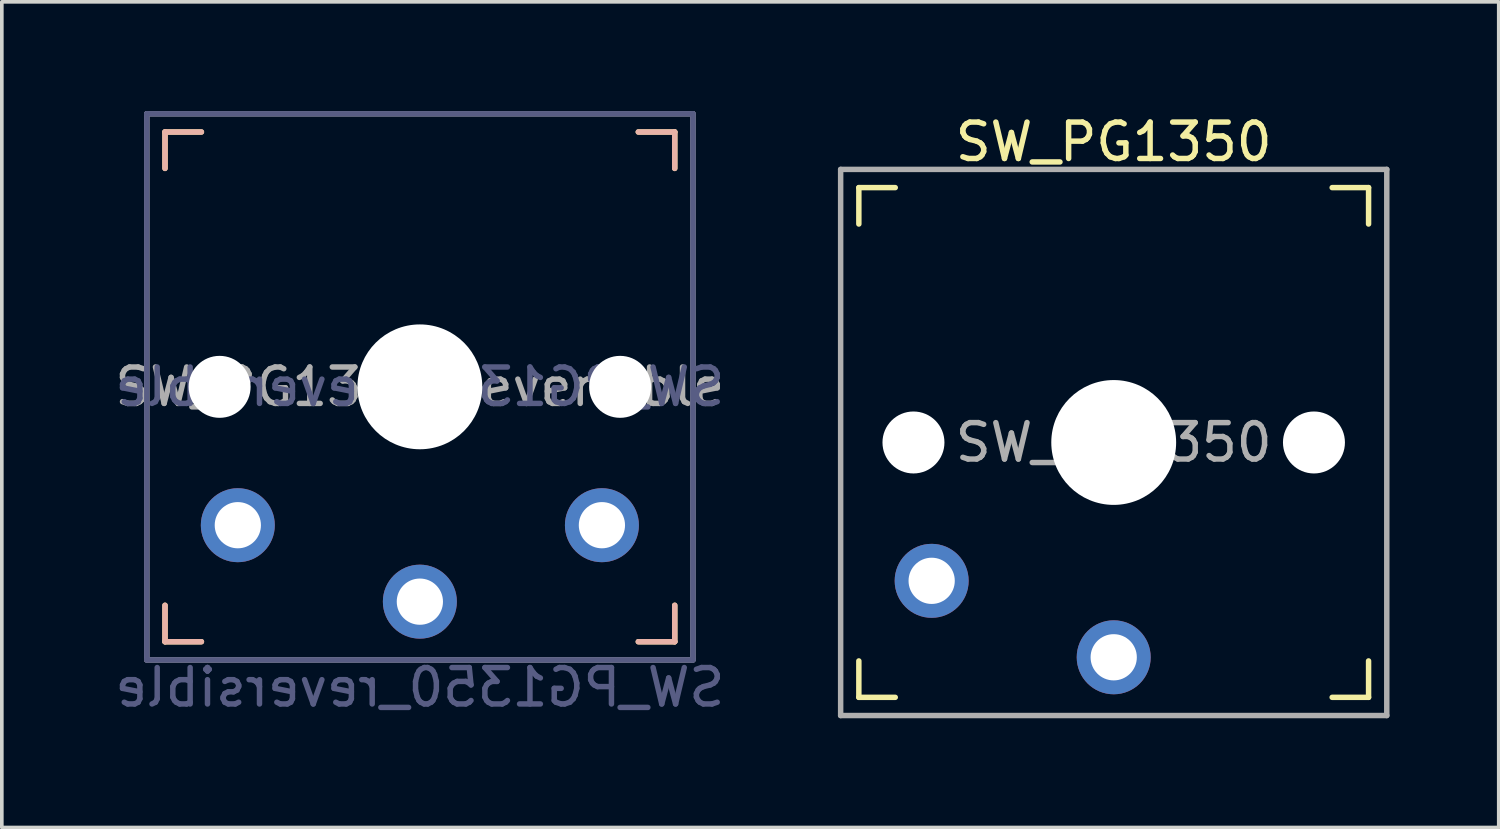
<source format=kicad_pcb>
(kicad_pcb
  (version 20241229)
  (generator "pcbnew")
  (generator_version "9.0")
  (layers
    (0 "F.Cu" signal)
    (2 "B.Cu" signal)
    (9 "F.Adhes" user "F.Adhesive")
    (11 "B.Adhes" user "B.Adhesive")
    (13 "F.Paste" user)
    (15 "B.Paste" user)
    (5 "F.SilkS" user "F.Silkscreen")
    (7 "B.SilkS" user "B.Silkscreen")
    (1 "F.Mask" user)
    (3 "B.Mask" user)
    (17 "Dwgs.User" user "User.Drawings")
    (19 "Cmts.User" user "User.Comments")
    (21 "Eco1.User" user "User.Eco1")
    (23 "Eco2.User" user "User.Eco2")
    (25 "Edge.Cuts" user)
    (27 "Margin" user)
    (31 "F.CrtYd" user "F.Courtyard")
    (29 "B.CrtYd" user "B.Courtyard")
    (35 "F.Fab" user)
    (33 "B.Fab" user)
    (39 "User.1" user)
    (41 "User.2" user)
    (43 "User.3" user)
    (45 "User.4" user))
  (footprint "SW_PG1350_reversible"
    (layer "F.Cu")
    (at 8.482 7.575)
    (property "Reference" "SW_PG1350_reversible" (at 0 -8.255 0) (layer "User.6") (effects (font (size 1 1) (thickness 0.15))))
    (property "Value" "SW_PG1350_reversible" (at 0 8.255 0) (layer "F.Fab") (hide yes) (effects (font (size 1 1) (thickness 0.15))))
    (attr through_hole)
    (fp_line (start -7 -7) (end -6 -7) (stroke (width 0.15) (type solid)) (layer "F.SilkS"))
    (fp_line (start -7 -6) (end -7 -7) (stroke (width 0.15) (type solid)) (layer "F.SilkS"))
    (fp_line (start -7 7) (end -7 6) (stroke (width 0.15) (type solid)) (layer "F.SilkS"))
    (fp_line (start -6 7) (end -7 7) (stroke (width 0.15) (type solid)) (layer "F.SilkS"))
    (fp_line (start 6 -7) (end 7 -7) (stroke (width 0.15) (type solid)) (layer "F.SilkS"))
    (fp_line (start 7 -7) (end 7 -6) (stroke (width 0.15) (type solid)) (layer "F.SilkS"))
    (fp_line (start 7 6) (end 7 7) (stroke (width 0.15) (type solid)) (layer "F.SilkS"))
    (fp_line (start 7 7) (end 6 7) (stroke (width 0.15) (type solid)) (layer "F.SilkS"))
    (fp_line (start -7 -7) (end -6 -7) (stroke (width 0.15) (type solid)) (layer "B.SilkS"))
    (fp_line (start -7 -6) (end -7 -7) (stroke (width 0.15) (type solid)) (layer "B.SilkS"))
    (fp_line (start -7 7) (end -7 6) (stroke (width 0.15) (type solid)) (layer "B.SilkS"))
    (fp_line (start -6 7) (end -7 7) (stroke (width 0.15) (type solid)) (layer "B.SilkS"))
    (fp_line (start 6 -7) (end 7 -7) (stroke (width 0.15) (type solid)) (layer "B.SilkS"))
    (fp_line (start 7 -7) (end 7 -6) (stroke (width 0.15) (type solid)) (layer "B.SilkS"))
    (fp_line (start 7 6) (end 7 7) (stroke (width 0.15) (type solid)) (layer "B.SilkS"))
    (fp_line (start 7 7) (end 6 7) (stroke (width 0.15) (type solid)) (layer "B.SilkS"))
    (fp_line (start -6.9 6.9) (end -6.9 -6.9) (stroke (width 0.15) (type solid)) (layer "Eco2.User"))
    (fp_line (start -6.9 6.9) (end 6.9 6.9) (stroke (width 0.15) (type solid)) (layer "Eco2.User"))
    (fp_line (start -2.6 -3.1) (end -2.6 -6.3) (stroke (width 0.15) (type solid)) (layer "Eco2.User"))
    (fp_line (start -2.6 -3.1) (end 2.6 -3.1) (stroke (width 0.15) (type solid)) (layer "Eco2.User"))
    (fp_line (start 2.6 -6.3) (end -2.6 -6.3) (stroke (width 0.15) (type solid)) (layer "Eco2.User"))
    (fp_line (start 2.6 -3.1) (end 2.6 -6.3) (stroke (width 0.15) (type solid)) (layer "Eco2.User"))
    (fp_line (start 6.9 -6.9) (end -6.9 -6.9) (stroke (width 0.15) (type solid)) (layer "Eco2.User"))
    (fp_line (start 6.9 -6.9) (end 6.9 6.9) (stroke (width 0.15) (type solid)) (layer "Eco2.User"))
    (fp_line (start -7.5 -7.5) (end 7.5 -7.5) (stroke (width 0.15) (type solid)) (layer "B.Fab"))
    (fp_line (start -7.5 7.5) (end -7.5 -7.5) (stroke (width 0.15) (type solid)) (layer "B.Fab"))
    (fp_line (start 7.5 -7.5) (end 7.5 7.5) (stroke (width 0.15) (type solid)) (layer "B.Fab"))
    (fp_line (start 7.5 7.5) (end -7.5 7.5) (stroke (width 0.15) (type solid)) (layer "B.Fab"))
    (fp_line (start -7.5 -7.5) (end 7.5 -7.5) (stroke (width 0.15) (type solid)) (layer "F.Fab"))
    (fp_line (start -7.5 7.5) (end -7.5 -7.5) (stroke (width 0.15) (type solid)) (layer "F.Fab"))
    (fp_line (start 7.5 -7.5) (end 7.5 7.5) (stroke (width 0.15) (type solid)) (layer "F.Fab"))
    (fp_line (start 7.5 7.5) (end -7.5 7.5) (stroke (width 0.15) (type solid)) (layer "F.Fab"))
    (fp_text user "${VALUE}" (at 0 8.255 0) (layer "B.Fab") (effects (font (size 1 1) (thickness 0.15)) (justify mirror)))
    (fp_text user "${REFERENCE}" (at 0 0 0) (layer "B.Fab") (effects (font (size 1 1) (thickness 0.15)) (justify mirror)))
    (fp_text user "${REFERENCE}" (at 0 0 0) (layer "F.Fab") (effects (font (size 1 1) (thickness 0.15))))
    (pad "" np_thru_hole circle (at -5.5 0) (size 1.702 1.702) (drill 1.702) (layers "*.Cu" "*.Mask"))
    (pad "" np_thru_hole circle (at 0 0) (size 3.429 3.429) (drill 3.429) (layers "*.Cu" "*.Mask"))
    (pad "" np_thru_hole circle (at 5.5 0) (size 1.702 1.702) (drill 1.702) (layers "*.Cu" "*.Mask"))
    (pad "1" thru_hole circle (at 0 5.9) (size 2.032 2.032) (drill 1.27) (layers "*.Cu" "*.Mask"))
    (pad "2" thru_hole circle (at -5 3.8) (size 2.032 2.032) (drill 1.27) (layers "*.Cu" "*.Mask"))
    (pad "2" thru_hole circle (at 5 3.8) (size 2.032 2.032) (drill 1.27) (layers "*.Cu" "*.Mask")))
  (footprint "SW_PG1350"
    (layer "F.Cu")
    (at 27.539 9.103)
    (property "Reference" "SW_PG1350" (at 0 -8.255 0) (layer "F.SilkS") (effects (font (size 1 1) (thickness 0.15))))
    (attr through_hole)
    (fp_line (start -7 -6) (end -7 -7) (stroke (width 0.15) (type solid)) (layer "F.SilkS"))
    (fp_line (start -7 7) (end -7 6) (stroke (width 0.15) (type solid)) (layer "F.SilkS"))
    (fp_line (start -7 7) (end -6 7) (stroke (width 0.15) (type solid)) (layer "F.SilkS"))
    (fp_line (start -6 -7) (end -7 -7) (stroke (width 0.15) (type solid)) (layer "F.SilkS"))
    (fp_line (start 6 7) (end 7 7) (stroke (width 0.15) (type solid)) (layer "F.SilkS"))
    (fp_line (start 7 -7) (end 6 -7) (stroke (width 0.15) (type solid)) (layer "F.SilkS"))
    (fp_line (start 7 -7) (end 7 -6) (stroke (width 0.15) (type solid)) (layer "F.SilkS"))
    (fp_line (start 7 6) (end 7 7) (stroke (width 0.15) (type solid)) (layer "F.SilkS"))
    (fp_line (start -6.9 6.9) (end -6.9 -6.9) (stroke (width 0.15) (type solid)) (layer "Eco2.User"))
    (fp_line (start -6.9 6.9) (end 6.9 6.9) (stroke (width 0.15) (type solid)) (layer "Eco2.User"))
    (fp_line (start -2.6 -3.1) (end -2.6 -6.3) (stroke (width 0.15) (type solid)) (layer "Eco2.User"))
    (fp_line (start -2.6 -3.1) (end 2.6 -3.1) (stroke (width 0.15) (type solid)) (layer "Eco2.User"))
    (fp_line (start 2.6 -6.3) (end -2.6 -6.3) (stroke (width 0.15) (type solid)) (layer "Eco2.User"))
    (fp_line (start 2.6 -3.1) (end 2.6 -6.3) (stroke (width 0.15) (type solid)) (layer "Eco2.User"))
    (fp_line (start 6.9 -6.9) (end -6.9 -6.9) (stroke (width 0.15) (type solid)) (layer "Eco2.User"))
    (fp_line (start 6.9 -6.9) (end 6.9 6.9) (stroke (width 0.15) (type solid)) (layer "Eco2.User"))
    (fp_line (start -7.5 -7.5) (end 7.5 -7.5) (stroke (width 0.15) (type solid)) (layer "F.Fab"))
    (fp_line (start -7.5 7.5) (end -7.5 -7.5) (stroke (width 0.15) (type solid)) (layer "F.Fab"))
    (fp_line (start 7.5 -7.5) (end 7.5 7.5) (stroke (width 0.15) (type solid)) (layer "F.Fab"))
    (fp_line (start 7.5 7.5) (end -7.5 7.5) (stroke (width 0.15) (type solid)) (layer "F.Fab"))
    (fp_text user "${REFERENCE}" (at 0 0 0) (layer "F.Fab") (effects (font (size 1 1) (thickness 0.15))))
    (pad "" np_thru_hole circle (at -5.5 0) (size 1.702 1.702) (drill 1.702) (layers "*.Cu" "*.Mask"))
    (pad "" np_thru_hole circle (at 0 0) (size 3.429 3.429) (drill 3.429) (layers "*.Cu" "*.Mask"))
    (pad "" np_thru_hole circle (at 5.5 0) (size 1.702 1.702) (drill 1.702) (layers "*.Cu" "*.Mask"))
    (pad "1" thru_hole circle (at 0 5.9) (size 2.032 2.032) (drill 1.27) (layers "*.Cu" "*.Mask"))
    (pad "2" thru_hole circle (at -5 3.8) (size 2.032 2.032) (drill 1.27) (layers "*.Cu" "*.Mask")))
  (gr_rect
    (start -3 -3)
    (end 38.114 19.678)
    (stroke (width 0.1) (type default))
    (fill no)
    (layer "Edge.Cuts")))
</source>
